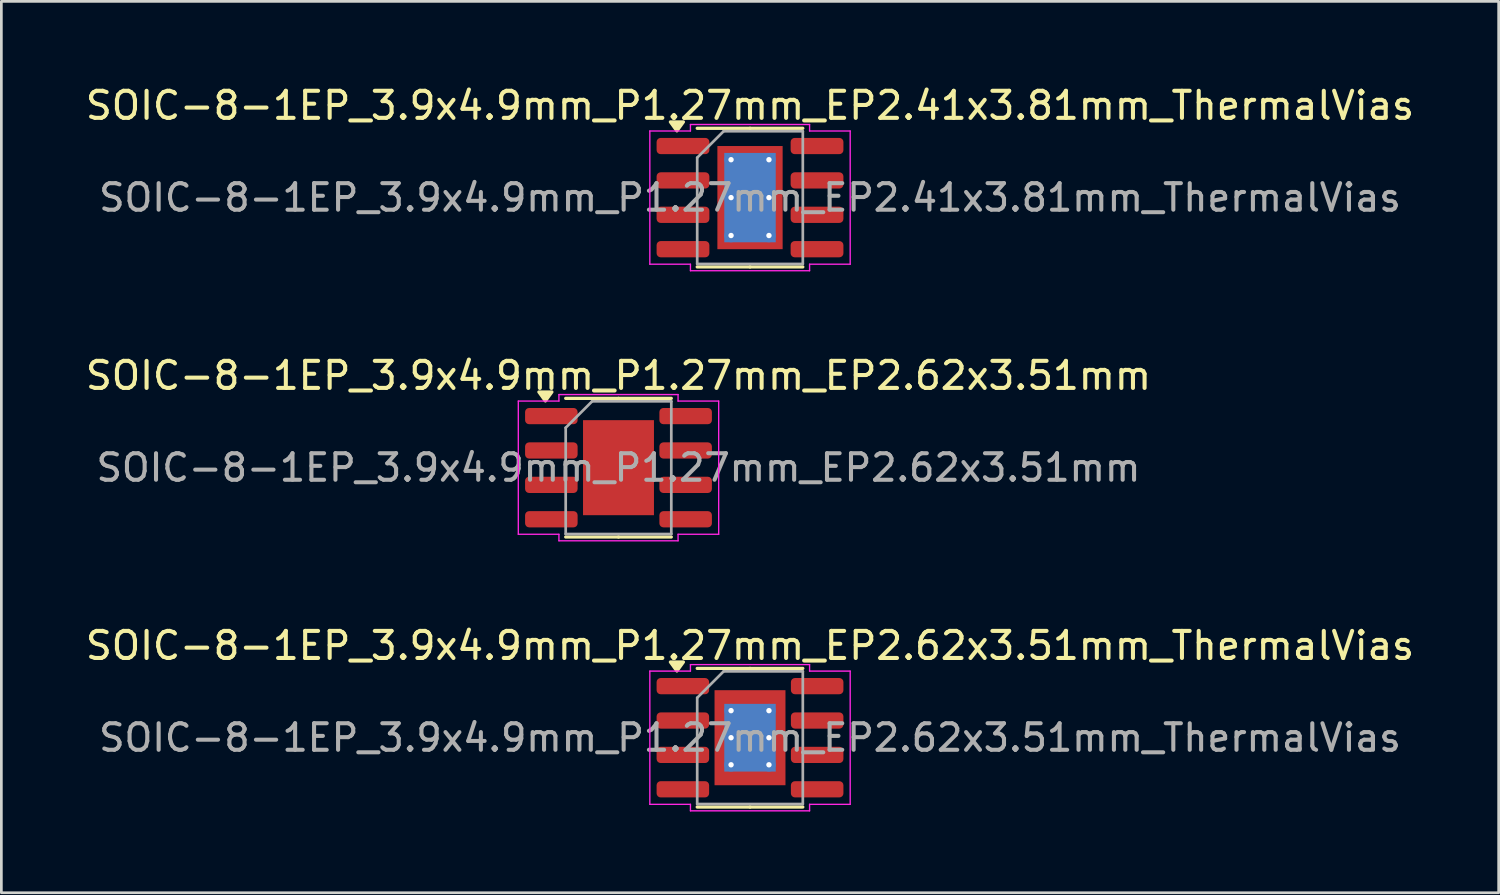
<source format=kicad_pcb>
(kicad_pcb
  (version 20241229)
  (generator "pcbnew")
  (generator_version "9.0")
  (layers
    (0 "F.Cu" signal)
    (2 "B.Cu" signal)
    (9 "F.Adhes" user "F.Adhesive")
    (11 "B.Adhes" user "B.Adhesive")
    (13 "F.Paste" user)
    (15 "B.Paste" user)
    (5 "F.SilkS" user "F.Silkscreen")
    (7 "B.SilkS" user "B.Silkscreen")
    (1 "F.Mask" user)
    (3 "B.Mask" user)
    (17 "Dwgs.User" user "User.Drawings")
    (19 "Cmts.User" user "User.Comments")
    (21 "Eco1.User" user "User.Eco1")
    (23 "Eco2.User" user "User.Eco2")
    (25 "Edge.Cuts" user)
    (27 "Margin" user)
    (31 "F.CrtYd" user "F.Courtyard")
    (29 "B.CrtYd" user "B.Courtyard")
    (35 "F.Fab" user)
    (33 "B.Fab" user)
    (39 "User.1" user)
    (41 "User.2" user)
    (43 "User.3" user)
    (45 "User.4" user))
  (footprint "SOIC-8-1EP_3.9x4.9mm_P1.27mm_EP2.62x3.51mm"
    (layer "F.Cu")
    (at 19.792 14.222)
    (property "Reference" "SOIC-8-1EP_3.9x4.9mm_P1.27mm_EP2.62x3.51mm" (at 0 -3.4 0) (layer "F.SilkS") (effects (font (size 1 1) (thickness 0.15))))
    (attr smd)
    (fp_line (start 0 -2.56) (end -1.95 -2.56) (stroke (width 0.12) (type solid)) (layer "F.SilkS"))
    (fp_line (start 0 -2.56) (end 1.95 -2.56) (stroke (width 0.12) (type solid)) (layer "F.SilkS"))
    (fp_line (start 0 2.56) (end -1.95 2.56) (stroke (width 0.12) (type solid)) (layer "F.SilkS"))
    (fp_line (start 0 2.56) (end 1.95 2.56) (stroke (width 0.12) (type solid)) (layer "F.SilkS"))
    (fp_poly (pts (xy -2.7 -2.465) (xy -2.94 -2.795) (xy -2.46 -2.795)) (stroke (width 0.12) (type solid)) (fill yes) (layer "F.SilkS"))
    (fp_line (start -3.7 -2.46) (end -2.2 -2.46) (stroke (width 0.05) (type solid)) (layer "F.CrtYd"))
    (fp_line (start -3.7 2.46) (end -3.7 -2.46) (stroke (width 0.05) (type solid)) (layer "F.CrtYd"))
    (fp_line (start -2.2 -2.7) (end 2.2 -2.7) (stroke (width 0.05) (type solid)) (layer "F.CrtYd"))
    (fp_line (start -2.2 -2.46) (end -2.2 -2.7) (stroke (width 0.05) (type solid)) (layer "F.CrtYd"))
    (fp_line (start -2.2 2.46) (end -3.7 2.46) (stroke (width 0.05) (type solid)) (layer "F.CrtYd"))
    (fp_line (start -2.2 2.7) (end -2.2 2.46) (stroke (width 0.05) (type solid)) (layer "F.CrtYd"))
    (fp_line (start 2.2 -2.7) (end 2.2 -2.46) (stroke (width 0.05) (type solid)) (layer "F.CrtYd"))
    (fp_line (start 2.2 -2.46) (end 3.7 -2.46) (stroke (width 0.05) (type solid)) (layer "F.CrtYd"))
    (fp_line (start 2.2 2.46) (end 2.2 2.7) (stroke (width 0.05) (type solid)) (layer "F.CrtYd"))
    (fp_line (start 2.2 2.7) (end -2.2 2.7) (stroke (width 0.05) (type solid)) (layer "F.CrtYd"))
    (fp_line (start 3.7 -2.46) (end 3.7 2.46) (stroke (width 0.05) (type solid)) (layer "F.CrtYd"))
    (fp_line (start 3.7 2.46) (end 2.2 2.46) (stroke (width 0.05) (type solid)) (layer "F.CrtYd"))
    (fp_line (start -1.95 -1.475) (end -0.975 -2.45) (stroke (width 0.1) (type solid)) (layer "F.Fab"))
    (fp_line (start -1.95 2.45) (end -1.95 -1.475) (stroke (width 0.1) (type solid)) (layer "F.Fab"))
    (fp_line (start -0.975 -2.45) (end 1.95 -2.45) (stroke (width 0.1) (type solid)) (layer "F.Fab"))
    (fp_line (start 1.95 -2.45) (end 1.95 2.45) (stroke (width 0.1) (type solid)) (layer "F.Fab"))
    (fp_line (start 1.95 2.45) (end -1.95 2.45) (stroke (width 0.1) (type solid)) (layer "F.Fab"))
    (fp_text user "${REFERENCE}" (at 0 0 0) (layer "F.Fab") (effects (font (size 0.98 0.98) (thickness 0.15))))
    (pad "" smd roundrect (at -0.655 -0.875) (size 1.06 1.41) (layers "F.Paste") (roundrect_rratio 0.236))
    (pad "" smd roundrect (at -0.655 0.875) (size 1.06 1.41) (layers "F.Paste") (roundrect_rratio 0.236))
    (pad "" smd roundrect (at 0.655 -0.875) (size 1.06 1.41) (layers "F.Paste") (roundrect_rratio 0.236))
    (pad "" smd roundrect (at 0.655 0.875) (size 1.06 1.41) (layers "F.Paste") (roundrect_rratio 0.236))
    (pad "1" smd roundrect (at -2.48 -1.905) (size 1.94 0.6) (layers "F.Cu" "F.Mask" "F.Paste") (roundrect_rratio 0.25))
    (pad "2" smd roundrect (at -2.48 -0.635) (size 1.94 0.6) (layers "F.Cu" "F.Mask" "F.Paste") (roundrect_rratio 0.25))
    (pad "3" smd roundrect (at -2.48 0.635) (size 1.94 0.6) (layers "F.Cu" "F.Mask" "F.Paste") (roundrect_rratio 0.25))
    (pad "4" smd roundrect (at -2.48 1.905) (size 1.94 0.6) (layers "F.Cu" "F.Mask" "F.Paste") (roundrect_rratio 0.25))
    (pad "5" smd roundrect (at 2.48 1.905) (size 1.94 0.6) (layers "F.Cu" "F.Mask" "F.Paste") (roundrect_rratio 0.25))
    (pad "6" smd roundrect (at 2.48 0.635) (size 1.94 0.6) (layers "F.Cu" "F.Mask" "F.Paste") (roundrect_rratio 0.25))
    (pad "7" smd roundrect (at 2.48 -0.635) (size 1.94 0.6) (layers "F.Cu" "F.Mask" "F.Paste") (roundrect_rratio 0.25))
    (pad "8" smd roundrect (at 2.48 -1.905) (size 1.94 0.6) (layers "F.Cu" "F.Mask" "F.Paste") (roundrect_rratio 0.25))
    (pad "9" smd rect (at 0 0) (size 2.62 3.51) (property pad_prop_heatsink) (layers "F.Cu" "F.Mask")))
  (footprint "SOIC-8-1EP_3.9x4.9mm_P1.27mm_EP2.41x3.81mm_ThermalVias"
    (layer "F.Cu")
    (at 24.649 4.248)
    (property "Reference" "SOIC-8-1EP_3.9x4.9mm_P1.27mm_EP2.41x3.81mm_ThermalVias" (at 0 -3.4 0) (layer "F.SilkS") (effects (font (size 1 1) (thickness 0.15))))
    (attr smd)
    (fp_line (start 0 -2.56) (end -1.95 -2.56) (stroke (width 0.12) (type solid)) (layer "F.SilkS"))
    (fp_line (start 0 -2.56) (end 1.95 -2.56) (stroke (width 0.12) (type solid)) (layer "F.SilkS"))
    (fp_line (start 0 2.56) (end -1.95 2.56) (stroke (width 0.12) (type solid)) (layer "F.SilkS"))
    (fp_line (start 0 2.56) (end 1.95 2.56) (stroke (width 0.12) (type solid)) (layer "F.SilkS"))
    (fp_poly (pts (xy -2.7 -2.465) (xy -2.94 -2.795) (xy -2.46 -2.795)) (stroke (width 0.12) (type solid)) (fill yes) (layer "F.SilkS"))
    (fp_line (start -3.7 -2.46) (end -2.2 -2.46) (stroke (width 0.05) (type solid)) (layer "F.CrtYd"))
    (fp_line (start -3.7 2.46) (end -3.7 -2.46) (stroke (width 0.05) (type solid)) (layer "F.CrtYd"))
    (fp_line (start -2.2 -2.7) (end 2.2 -2.7) (stroke (width 0.05) (type solid)) (layer "F.CrtYd"))
    (fp_line (start -2.2 -2.46) (end -2.2 -2.7) (stroke (width 0.05) (type solid)) (layer "F.CrtYd"))
    (fp_line (start -2.2 2.46) (end -3.7 2.46) (stroke (width 0.05) (type solid)) (layer "F.CrtYd"))
    (fp_line (start -2.2 2.7) (end -2.2 2.46) (stroke (width 0.05) (type solid)) (layer "F.CrtYd"))
    (fp_line (start 2.2 -2.7) (end 2.2 -2.46) (stroke (width 0.05) (type solid)) (layer "F.CrtYd"))
    (fp_line (start 2.2 -2.46) (end 3.7 -2.46) (stroke (width 0.05) (type solid)) (layer "F.CrtYd"))
    (fp_line (start 2.2 2.46) (end 2.2 2.7) (stroke (width 0.05) (type solid)) (layer "F.CrtYd"))
    (fp_line (start 2.2 2.7) (end -2.2 2.7) (stroke (width 0.05) (type solid)) (layer "F.CrtYd"))
    (fp_line (start 3.7 -2.46) (end 3.7 2.46) (stroke (width 0.05) (type solid)) (layer "F.CrtYd"))
    (fp_line (start 3.7 2.46) (end 2.2 2.46) (stroke (width 0.05) (type solid)) (layer "F.CrtYd"))
    (fp_line (start -1.95 -1.475) (end -0.975 -2.45) (stroke (width 0.1) (type solid)) (layer "F.Fab"))
    (fp_line (start -1.95 2.45) (end -1.95 -1.475) (stroke (width 0.1) (type solid)) (layer "F.Fab"))
    (fp_line (start -0.975 -2.45) (end 1.95 -2.45) (stroke (width 0.1) (type solid)) (layer "F.Fab"))
    (fp_line (start 1.95 -2.45) (end 1.95 2.45) (stroke (width 0.1) (type solid)) (layer "F.Fab"))
    (fp_line (start 1.95 2.45) (end -1.95 2.45) (stroke (width 0.1) (type solid)) (layer "F.Fab"))
    (fp_text user "${REFERENCE}" (at 0 0 0) (layer "F.Fab") (effects (font (size 0.98 0.98) (thickness 0.15))))
    (pad "" smd roundrect (at -0.6 -0.95) (size 1.01 1.59) (layers "F.Paste") (roundrect_rratio 0.248))
    (pad "" smd roundrect (at -0.6 0.95) (size 1.01 1.59) (layers "F.Paste") (roundrect_rratio 0.248))
    (pad "" smd roundrect (at 0.6 -0.95) (size 1.01 1.59) (layers "F.Paste") (roundrect_rratio 0.248))
    (pad "" smd roundrect (at 0.6 0.95) (size 1.01 1.59) (layers "F.Paste") (roundrect_rratio 0.248))
    (pad "1" smd roundrect (at -2.475 -1.905) (size 1.95 0.6) (layers "F.Cu" "F.Mask" "F.Paste") (roundrect_rratio 0.25))
    (pad "2" smd roundrect (at -2.475 -0.635) (size 1.95 0.6) (layers "F.Cu" "F.Mask" "F.Paste") (roundrect_rratio 0.25))
    (pad "3" smd roundrect (at -2.475 0.635) (size 1.95 0.6) (layers "F.Cu" "F.Mask" "F.Paste") (roundrect_rratio 0.25))
    (pad "4" smd roundrect (at -2.475 1.905) (size 1.95 0.6) (layers "F.Cu" "F.Mask" "F.Paste") (roundrect_rratio 0.25))
    (pad "5" smd roundrect (at 2.475 1.905) (size 1.95 0.6) (layers "F.Cu" "F.Mask" "F.Paste") (roundrect_rratio 0.25))
    (pad "6" smd roundrect (at 2.475 0.635) (size 1.95 0.6) (layers "F.Cu" "F.Mask" "F.Paste") (roundrect_rratio 0.25))
    (pad "7" smd roundrect (at 2.475 -0.635) (size 1.95 0.6) (layers "F.Cu" "F.Mask" "F.Paste") (roundrect_rratio 0.25))
    (pad "8" smd roundrect (at 2.475 -1.905) (size 1.95 0.6) (layers "F.Cu" "F.Mask" "F.Paste") (roundrect_rratio 0.25))
    (pad "9" thru_hole circle (at -0.7 -1.4) (size 0.5 0.5) (drill 0.2) (property pad_prop_heatsink) (layers "*.Cu"))
    (pad "9" thru_hole circle (at -0.7 0) (size 0.5 0.5) (drill 0.2) (property pad_prop_heatsink) (layers "*.Cu"))
    (pad "9" thru_hole circle (at -0.7 1.4) (size 0.5 0.5) (drill 0.2) (property pad_prop_heatsink) (layers "*.Cu"))
    (pad "9" smd rect (at 0 0) (size 1.9 3.3) (property pad_prop_heatsink) (layers "B.Cu"))
    (pad "9" smd rect (at 0 0) (size 2.41 3.81) (property pad_prop_heatsink) (layers "F.Cu" "F.Mask"))
    (pad "9" thru_hole circle (at 0.7 -1.4) (size 0.5 0.5) (drill 0.2) (property pad_prop_heatsink) (layers "*.Cu"))
    (pad "9" thru_hole circle (at 0.7 0) (size 0.5 0.5) (drill 0.2) (property pad_prop_heatsink) (layers "*.Cu"))
    (pad "9" thru_hole circle (at 0.7 1.4) (size 0.5 0.5) (drill 0.2) (property pad_prop_heatsink) (layers "*.Cu")))
  (footprint "SOIC-8-1EP_3.9x4.9mm_P1.27mm_EP2.62x3.51mm_ThermalVias"
    (layer "F.Cu")
    (at 24.649 24.195)
    (property "Reference" "SOIC-8-1EP_3.9x4.9mm_P1.27mm_EP2.62x3.51mm_ThermalVias" (at 0 -3.4 0) (layer "F.SilkS") (effects (font (size 1 1) (thickness 0.15))))
    (attr smd)
    (fp_line (start 0 -2.56) (end -1.95 -2.56) (stroke (width 0.12) (type solid)) (layer "F.SilkS"))
    (fp_line (start 0 -2.56) (end 1.95 -2.56) (stroke (width 0.12) (type solid)) (layer "F.SilkS"))
    (fp_line (start 0 2.56) (end -1.95 2.56) (stroke (width 0.12) (type solid)) (layer "F.SilkS"))
    (fp_line (start 0 2.56) (end 1.95 2.56) (stroke (width 0.12) (type solid)) (layer "F.SilkS"))
    (fp_poly (pts (xy -2.7 -2.465) (xy -2.94 -2.795) (xy -2.46 -2.795)) (stroke (width 0.12) (type solid)) (fill yes) (layer "F.SilkS"))
    (fp_line (start -3.7 -2.46) (end -2.2 -2.46) (stroke (width 0.05) (type solid)) (layer "F.CrtYd"))
    (fp_line (start -3.7 2.46) (end -3.7 -2.46) (stroke (width 0.05) (type solid)) (layer "F.CrtYd"))
    (fp_line (start -2.2 -2.7) (end 2.2 -2.7) (stroke (width 0.05) (type solid)) (layer "F.CrtYd"))
    (fp_line (start -2.2 -2.46) (end -2.2 -2.7) (stroke (width 0.05) (type solid)) (layer "F.CrtYd"))
    (fp_line (start -2.2 2.46) (end -3.7 2.46) (stroke (width 0.05) (type solid)) (layer "F.CrtYd"))
    (fp_line (start -2.2 2.7) (end -2.2 2.46) (stroke (width 0.05) (type solid)) (layer "F.CrtYd"))
    (fp_line (start 2.2 -2.7) (end 2.2 -2.46) (stroke (width 0.05) (type solid)) (layer "F.CrtYd"))
    (fp_line (start 2.2 -2.46) (end 3.7 -2.46) (stroke (width 0.05) (type solid)) (layer "F.CrtYd"))
    (fp_line (start 2.2 2.46) (end 2.2 2.7) (stroke (width 0.05) (type solid)) (layer "F.CrtYd"))
    (fp_line (start 2.2 2.7) (end -2.2 2.7) (stroke (width 0.05) (type solid)) (layer "F.CrtYd"))
    (fp_line (start 3.7 -2.46) (end 3.7 2.46) (stroke (width 0.05) (type solid)) (layer "F.CrtYd"))
    (fp_line (start 3.7 2.46) (end 2.2 2.46) (stroke (width 0.05) (type solid)) (layer "F.CrtYd"))
    (fp_line (start -1.95 -1.475) (end -0.975 -2.45) (stroke (width 0.1) (type solid)) (layer "F.Fab"))
    (fp_line (start -1.95 2.45) (end -1.95 -1.475) (stroke (width 0.1) (type solid)) (layer "F.Fab"))
    (fp_line (start -0.975 -2.45) (end 1.95 -2.45) (stroke (width 0.1) (type solid)) (layer "F.Fab"))
    (fp_line (start 1.95 -2.45) (end 1.95 2.45) (stroke (width 0.1) (type solid)) (layer "F.Fab"))
    (fp_line (start 1.95 2.45) (end -1.95 2.45) (stroke (width 0.1) (type solid)) (layer "F.Fab"))
    (fp_text user "${REFERENCE}" (at 0 0 0) (layer "F.Fab") (effects (font (size 0.98 0.98) (thickness 0.15))))
    (pad "" smd roundrect (at -0.655 -0.875) (size 1.1 1.47) (layers "F.Paste") (roundrect_rratio 0.227))
    (pad "" smd roundrect (at -0.655 0.875) (size 1.1 1.47) (layers "F.Paste") (roundrect_rratio 0.227))
    (pad "" smd roundrect (at 0.655 -0.875) (size 1.1 1.47) (layers "F.Paste") (roundrect_rratio 0.227))
    (pad "" smd roundrect (at 0.655 0.875) (size 1.1 1.47) (layers "F.Paste") (roundrect_rratio 0.227))
    (pad "1" smd roundrect (at -2.48 -1.905) (size 1.94 0.6) (layers "F.Cu" "F.Mask" "F.Paste") (roundrect_rratio 0.25))
    (pad "2" smd roundrect (at -2.48 -0.635) (size 1.94 0.6) (layers "F.Cu" "F.Mask" "F.Paste") (roundrect_rratio 0.25))
    (pad "3" smd roundrect (at -2.48 0.635) (size 1.94 0.6) (layers "F.Cu" "F.Mask" "F.Paste") (roundrect_rratio 0.25))
    (pad "4" smd roundrect (at -2.48 1.905) (size 1.94 0.6) (layers "F.Cu" "F.Mask" "F.Paste") (roundrect_rratio 0.25))
    (pad "5" smd roundrect (at 2.48 1.905) (size 1.94 0.6) (layers "F.Cu" "F.Mask" "F.Paste") (roundrect_rratio 0.25))
    (pad "6" smd roundrect (at 2.48 0.635) (size 1.94 0.6) (layers "F.Cu" "F.Mask" "F.Paste") (roundrect_rratio 0.25))
    (pad "7" smd roundrect (at 2.48 -0.635) (size 1.94 0.6) (layers "F.Cu" "F.Mask" "F.Paste") (roundrect_rratio 0.25))
    (pad "8" smd roundrect (at 2.48 -1.905) (size 1.94 0.6) (layers "F.Cu" "F.Mask" "F.Paste") (roundrect_rratio 0.25))
    (pad "9" thru_hole circle (at -0.7 -1) (size 0.5 0.5) (drill 0.2) (property pad_prop_heatsink) (layers "*.Cu"))
    (pad "9" thru_hole circle (at -0.7 0) (size 0.5 0.5) (drill 0.2) (property pad_prop_heatsink) (layers "*.Cu"))
    (pad "9" thru_hole circle (at -0.7 1) (size 0.5 0.5) (drill 0.2) (property pad_prop_heatsink) (layers "*.Cu"))
    (pad "9" smd rect (at 0 0) (size 1.9 2.5) (property pad_prop_heatsink) (layers "B.Cu"))
    (pad "9" smd rect (at 0 0) (size 2.62 3.51) (property pad_prop_heatsink) (layers "F.Cu" "F.Mask"))
    (pad "9" thru_hole circle (at 0.7 -1) (size 0.5 0.5) (drill 0.2) (property pad_prop_heatsink) (layers "*.Cu"))
    (pad "9" thru_hole circle (at 0.7 0) (size 0.5 0.5) (drill 0.2) (property pad_prop_heatsink) (layers "*.Cu"))
    (pad "9" thru_hole circle (at 0.7 1) (size 0.5 0.5) (drill 0.2) (property pad_prop_heatsink) (layers "*.Cu")))
  (gr_rect
    (start -3 -3)
    (end 52.298 29.92)
    (stroke (width 0.1) (type default))
    (fill no)
    (layer "Edge.Cuts")))
</source>
